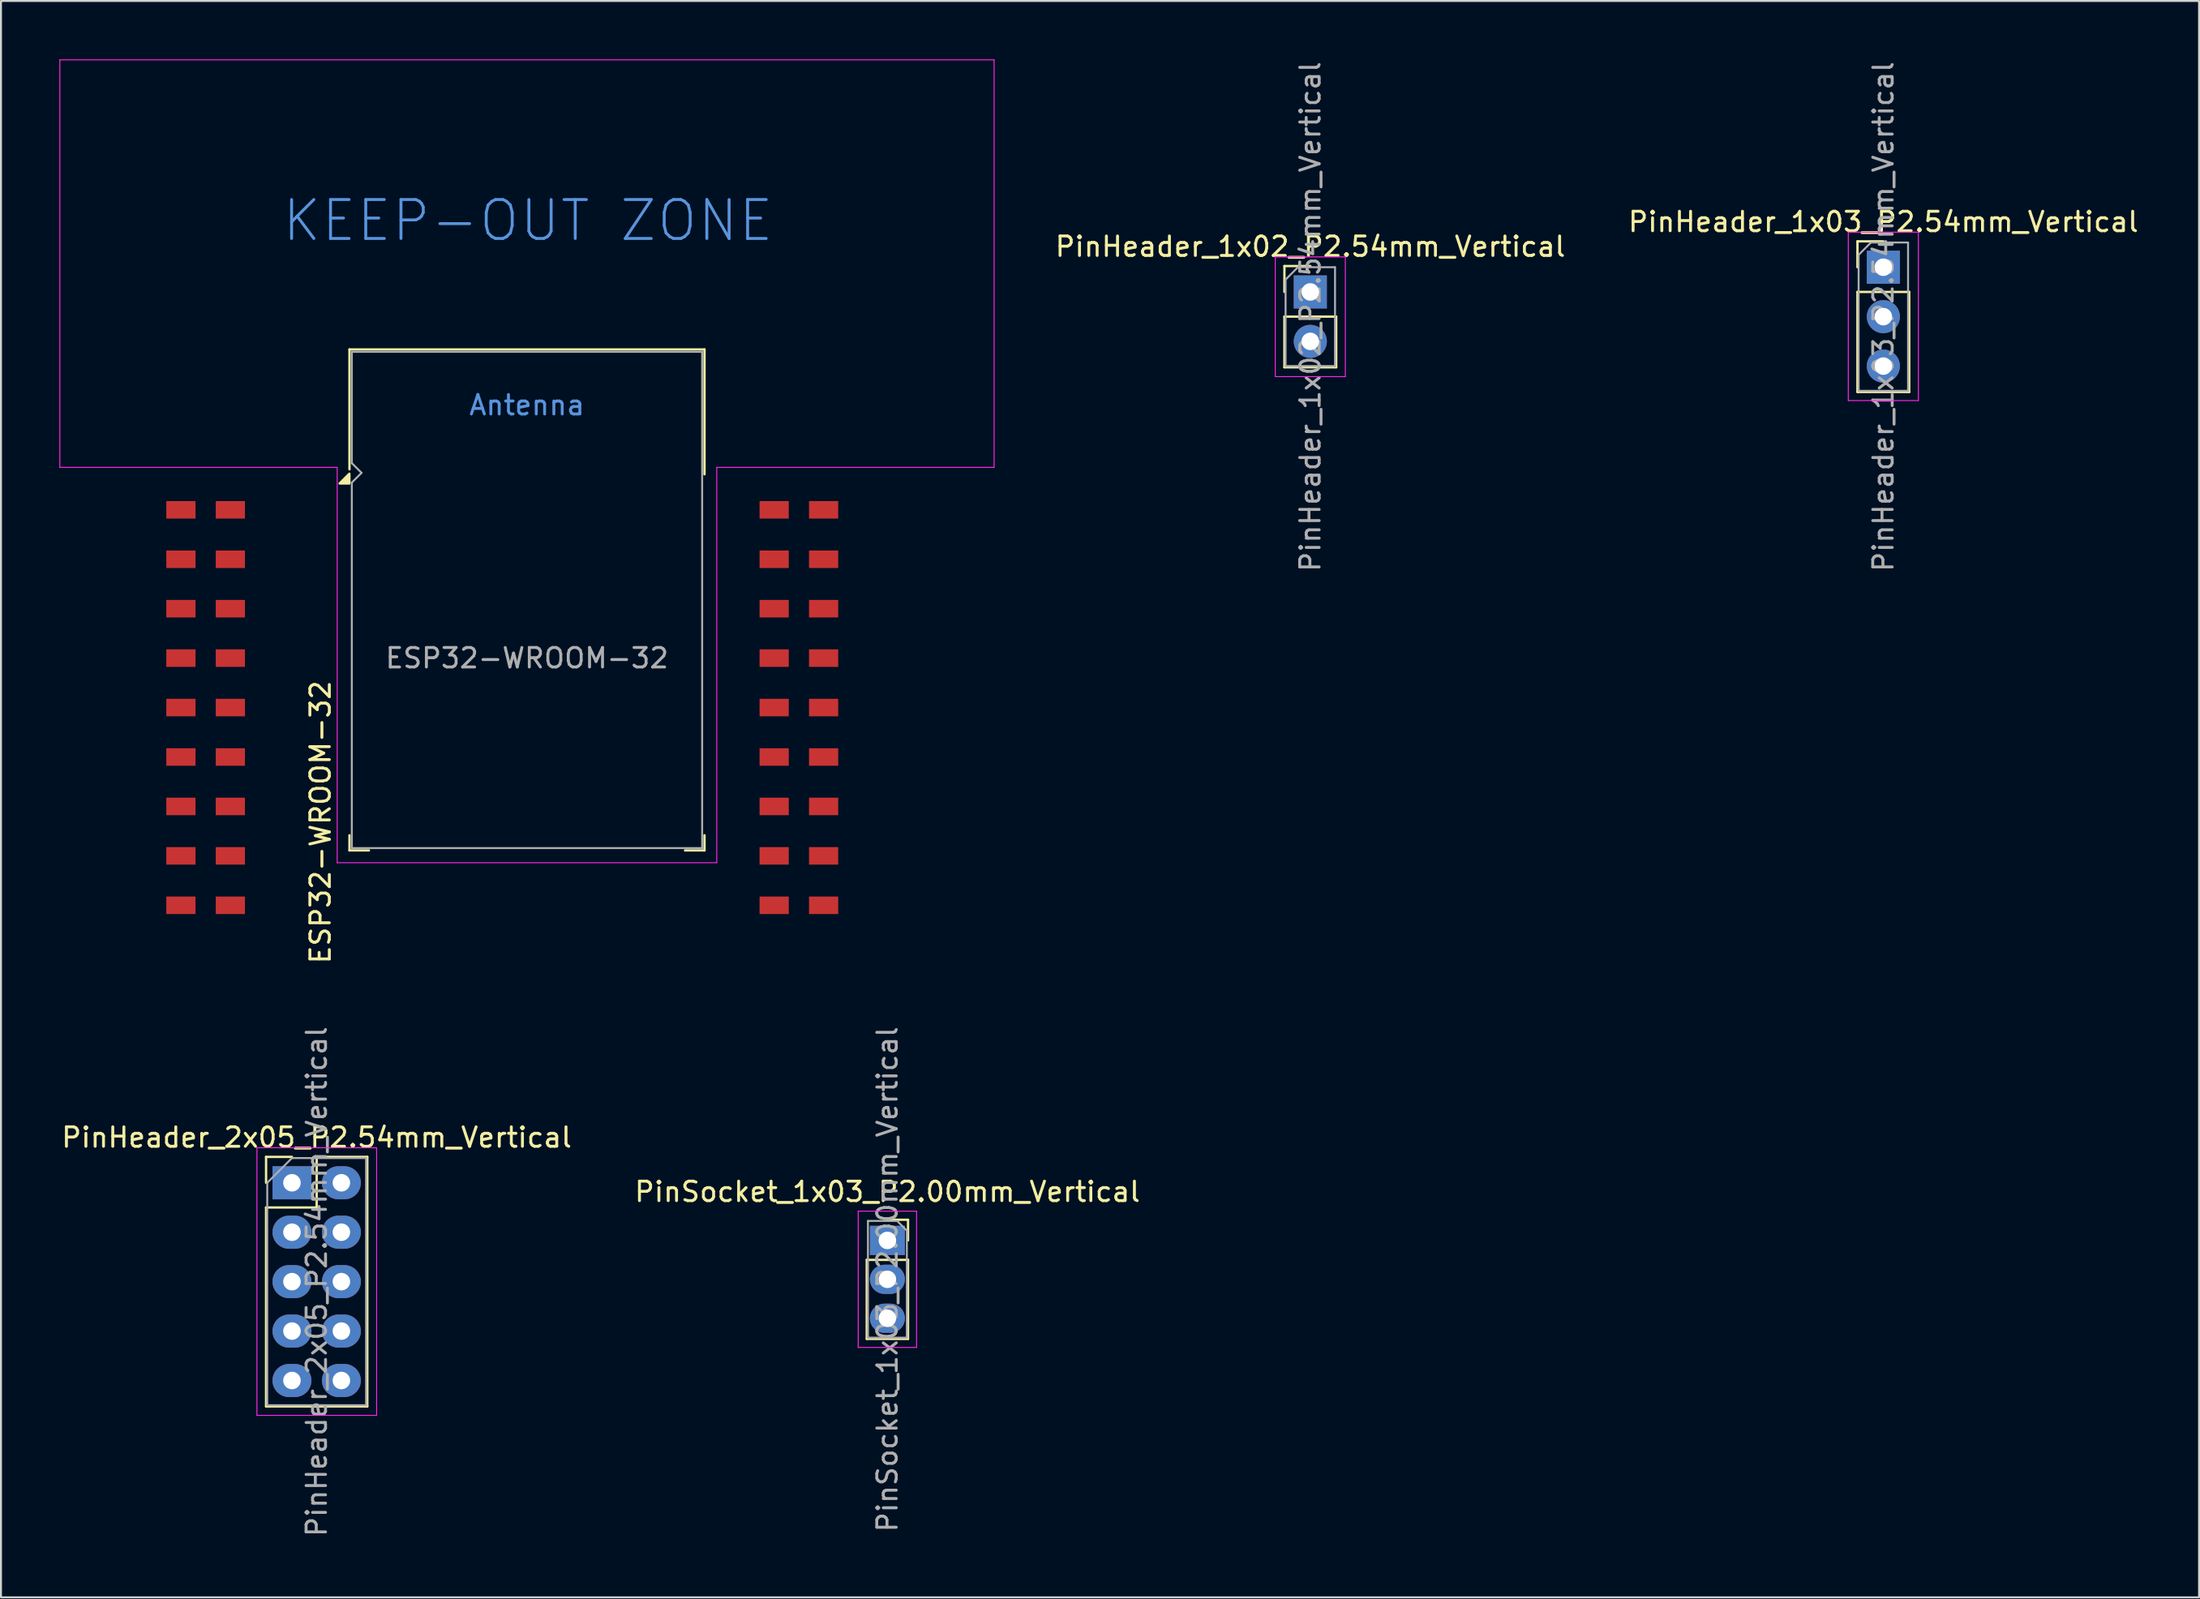
<source format=kicad_pcb>
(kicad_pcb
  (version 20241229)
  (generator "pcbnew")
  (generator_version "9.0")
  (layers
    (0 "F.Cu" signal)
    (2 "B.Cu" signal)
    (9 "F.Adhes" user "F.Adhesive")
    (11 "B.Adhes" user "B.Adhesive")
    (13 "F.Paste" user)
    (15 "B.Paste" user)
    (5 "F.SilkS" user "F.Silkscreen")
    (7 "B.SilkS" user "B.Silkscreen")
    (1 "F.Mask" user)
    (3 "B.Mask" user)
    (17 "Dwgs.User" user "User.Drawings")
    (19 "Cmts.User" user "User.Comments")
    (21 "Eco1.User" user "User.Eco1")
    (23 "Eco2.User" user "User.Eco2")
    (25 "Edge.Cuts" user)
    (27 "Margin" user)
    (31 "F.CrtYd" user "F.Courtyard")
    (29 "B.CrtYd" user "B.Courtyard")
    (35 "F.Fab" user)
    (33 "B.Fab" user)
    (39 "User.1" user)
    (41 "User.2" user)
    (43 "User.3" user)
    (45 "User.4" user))
  (footprint "PinSocket_1x03_P2.00mm_Vertical"
    (layer "F.Cu")
    (at 42.542 60.683)
    (property "Reference" "PinSocket_1x03_P2.00mm_Vertical" (at 0 -2.5 0) (layer "F.SilkS") (effects (font (size 1 1) (thickness 0.15))))
    (attr through_hole)
    (fp_line (start -1.06 1) (end -1.06 5.06) (stroke (width 0.12) (type solid)) (layer "F.SilkS"))
    (fp_line (start -1.06 1) (end 1.06 1) (stroke (width 0.12) (type solid)) (layer "F.SilkS"))
    (fp_line (start -1.06 5.06) (end 1.06 5.06) (stroke (width 0.12) (type solid)) (layer "F.SilkS"))
    (fp_line (start 0 -1.06) (end 1.06 -1.06) (stroke (width 0.12) (type solid)) (layer "F.SilkS"))
    (fp_line (start 1.06 -1.06) (end 1.06 0) (stroke (width 0.12) (type solid)) (layer "F.SilkS"))
    (fp_line (start 1.06 1) (end 1.06 5.06) (stroke (width 0.12) (type solid)) (layer "F.SilkS"))
    (fp_line (start -1.5 -1.5) (end 1.5 -1.5) (stroke (width 0.05) (type solid)) (layer "F.CrtYd"))
    (fp_line (start -1.5 5.5) (end -1.5 -1.5) (stroke (width 0.05) (type solid)) (layer "F.CrtYd"))
    (fp_line (start 1.5 -1.5) (end 1.5 5.5) (stroke (width 0.05) (type solid)) (layer "F.CrtYd"))
    (fp_line (start 1.5 5.5) (end -1.5 5.5) (stroke (width 0.05) (type solid)) (layer "F.CrtYd"))
    (fp_line (start -1 -1) (end 0.5 -1) (stroke (width 0.1) (type solid)) (layer "F.Fab"))
    (fp_line (start -1 5) (end -1 -1) (stroke (width 0.1) (type solid)) (layer "F.Fab"))
    (fp_line (start 0.5 -1) (end 1 -0.5) (stroke (width 0.1) (type solid)) (layer "F.Fab"))
    (fp_line (start 1 -0.5) (end 1 5) (stroke (width 0.1) (type solid)) (layer "F.Fab"))
    (fp_line (start 1 5) (end -1 5) (stroke (width 0.1) (type solid)) (layer "F.Fab"))
    (fp_text user "${REFERENCE}" (at 0 2 270) (layer "F.Fab") (effects (font (size 1 1) (thickness 0.15))))
    (pad "1" thru_hole rect (at 0 0) (size 1.8 1.5) (drill 0.9) (layers "*.Cu" "*.Mask"))
    (pad "2" thru_hole oval (at 0 2) (size 1.8 1.5) (drill 0.9) (layers "*.Cu" "*.Mask"))
    (pad "3" thru_hole oval (at 0 4) (size 1.8 1.5) (drill 0.9) (layers "*.Cu" "*.Mask")))
  (footprint "PinHeader_2x05_P2.54mm_Vertical"
    (layer "F.Cu")
    (at 11.95 57.722)
    (property "Reference" "PinHeader_2x05_P2.54mm_Vertical" (at 1.27 -2.33 0) (layer "F.SilkS") (effects (font (size 1 1) (thickness 0.15))))
    (attr through_hole)
    (fp_line (start -1.33 -1.33) (end 0 -1.33) (stroke (width 0.12) (type solid)) (layer "F.SilkS"))
    (fp_line (start -1.33 0) (end -1.33 -1.33) (stroke (width 0.12) (type solid)) (layer "F.SilkS"))
    (fp_line (start -1.33 1.27) (end -1.33 11.49) (stroke (width 0.12) (type solid)) (layer "F.SilkS"))
    (fp_line (start -1.33 1.27) (end 1.27 1.27) (stroke (width 0.12) (type solid)) (layer "F.SilkS"))
    (fp_line (start -1.33 11.49) (end 3.87 11.49) (stroke (width 0.12) (type solid)) (layer "F.SilkS"))
    (fp_line (start 1.27 -1.33) (end 3.87 -1.33) (stroke (width 0.12) (type solid)) (layer "F.SilkS"))
    (fp_line (start 1.27 1.27) (end 1.27 -1.33) (stroke (width 0.12) (type solid)) (layer "F.SilkS"))
    (fp_line (start 3.87 -1.33) (end 3.87 11.49) (stroke (width 0.12) (type solid)) (layer "F.SilkS"))
    (fp_line (start -1.8 -1.8) (end -1.8 11.95) (stroke (width 0.05) (type solid)) (layer "F.CrtYd"))
    (fp_line (start -1.8 11.95) (end 4.35 11.95) (stroke (width 0.05) (type solid)) (layer "F.CrtYd"))
    (fp_line (start 4.35 -1.8) (end -1.8 -1.8) (stroke (width 0.05) (type solid)) (layer "F.CrtYd"))
    (fp_line (start 4.35 11.95) (end 4.35 -1.8) (stroke (width 0.05) (type solid)) (layer "F.CrtYd"))
    (fp_line (start -1.27 0) (end 0 -1.27) (stroke (width 0.1) (type solid)) (layer "F.Fab"))
    (fp_line (start -1.27 11.43) (end -1.27 0) (stroke (width 0.1) (type solid)) (layer "F.Fab"))
    (fp_line (start 0 -1.27) (end 3.81 -1.27) (stroke (width 0.1) (type solid)) (layer "F.Fab"))
    (fp_line (start 3.81 -1.27) (end 3.81 11.43) (stroke (width 0.1) (type solid)) (layer "F.Fab"))
    (fp_line (start 3.81 11.43) (end -1.27 11.43) (stroke (width 0.1) (type solid)) (layer "F.Fab"))
    (fp_text user "${REFERENCE}" (at 1.27 5.08 90) (layer "F.Fab") (effects (font (size 1 1) (thickness 0.15))))
    (pad "1" thru_hole rect (at 0 0) (size 2 1.7) (drill 0.9) (layers "*.Cu" "*.Mask"))
    (pad "2" thru_hole oval (at 2.54 0) (size 2 1.7) (drill 0.9) (layers "*.Cu" "*.Mask"))
    (pad "3" thru_hole oval (at 0 2.54) (size 2 1.7) (drill 0.9) (layers "*.Cu" "*.Mask"))
    (pad "4" thru_hole oval (at 2.54 2.54) (size 2 1.7) (drill 0.9) (layers "*.Cu" "*.Mask"))
    (pad "5" thru_hole oval (at 0 5.08) (size 2 1.7) (drill 0.9) (layers "*.Cu" "*.Mask"))
    (pad "6" thru_hole oval (at 2.54 5.08) (size 2 1.7) (drill 0.9) (layers "*.Cu" "*.Mask"))
    (pad "7" thru_hole oval (at 0 7.62) (size 2 1.7) (drill 0.9) (layers "*.Cu" "*.Mask"))
    (pad "8" thru_hole oval (at 2.54 7.62) (size 2 1.7) (drill 0.9) (layers "*.Cu" "*.Mask"))
    (pad "9" thru_hole oval (at 0 10.16) (size 2 1.7) (drill 0.9) (layers "*.Cu" "*.Mask"))
    (pad "10" thru_hole oval (at 2.54 10.16) (size 2 1.7) (drill 0.9) (layers "*.Cu" "*.Mask")))
  (footprint "PinHeader_1x02_P2.54mm_Vertical"
    (placed yes)
    (layer "F.Cu")
    (at 64.27 11.95)
    (property "Reference" "PinHeader_1x02_P2.54mm_Vertical" (at 0 -2.33 180) (layer "F.SilkS") (effects (font (size 1 1) (thickness 0.15))))
    (attr through_hole)
    (fp_line (start -1.33 -1.33) (end 0 -1.33) (stroke (width 0.12) (type solid)) (layer "F.SilkS"))
    (fp_line (start -1.33 0) (end -1.33 -1.33) (stroke (width 0.12) (type solid)) (layer "F.SilkS"))
    (fp_line (start -1.33 1.27) (end -1.33 3.87) (stroke (width 0.12) (type solid)) (layer "F.SilkS"))
    (fp_line (start -1.33 1.27) (end 1.33 1.27) (stroke (width 0.12) (type solid)) (layer "F.SilkS"))
    (fp_line (start -1.33 3.87) (end 1.33 3.87) (stroke (width 0.12) (type solid)) (layer "F.SilkS"))
    (fp_line (start 1.33 1.27) (end 1.33 3.87) (stroke (width 0.12) (type solid)) (layer "F.SilkS"))
    (fp_line (start -1.8 -1.8) (end -1.8 4.35) (stroke (width 0.05) (type solid)) (layer "F.CrtYd"))
    (fp_line (start -1.8 4.35) (end 1.8 4.35) (stroke (width 0.05) (type solid)) (layer "F.CrtYd"))
    (fp_line (start 1.8 -1.8) (end -1.8 -1.8) (stroke (width 0.05) (type solid)) (layer "F.CrtYd"))
    (fp_line (start 1.8 4.35) (end 1.8 -1.8) (stroke (width 0.05) (type solid)) (layer "F.CrtYd"))
    (fp_line (start -1.27 -0.635) (end -0.635 -1.27) (stroke (width 0.1) (type solid)) (layer "F.Fab"))
    (fp_line (start -1.27 3.81) (end -1.27 -0.635) (stroke (width 0.1) (type solid)) (layer "F.Fab"))
    (fp_line (start -0.635 -1.27) (end 1.27 -1.27) (stroke (width 0.1) (type solid)) (layer "F.Fab"))
    (fp_line (start 1.27 -1.27) (end 1.27 3.81) (stroke (width 0.1) (type solid)) (layer "F.Fab"))
    (fp_line (start 1.27 3.81) (end -1.27 3.81) (stroke (width 0.1) (type solid)) (layer "F.Fab"))
    (fp_text user "${REFERENCE}" (at 0 1.27 270) (layer "F.Fab") (effects (font (size 1 1) (thickness 0.15))))
    (pad "1" thru_hole rect (at 0 0) (size 1.7 1.7) (drill 0.9) (layers "*.Cu" "*.Mask"))
    (pad "2" thru_hole oval (at 0 2.54) (size 1.7 1.7) (drill 0.9) (layers "*.Cu" "*.Mask")))
  (footprint "ESP32-WROOM-32"
    (layer "F.Cu")
    (at 24.025 30.765)
    (property "Reference" "ESP32-WROOM-32" (at -10.61 8.43 90) (layer "F.SilkS") (effects (font (size 1 1) (thickness 0.15))))
    (attr smd)
    (fp_line (start -9.12 -15.86) (end -9.12 -9.7) (stroke (width 0.12) (type solid)) (layer "F.SilkS"))
    (fp_line (start -9.12 -15.86) (end 9.12 -15.86) (stroke (width 0.12) (type solid)) (layer "F.SilkS"))
    (fp_line (start -9.12 9.1) (end -9.12 9.88) (stroke (width 0.12) (type solid)) (layer "F.SilkS"))
    (fp_line (start -9.12 9.88) (end -8.12 9.88) (stroke (width 0.12) (type solid)) (layer "F.SilkS"))
    (fp_line (start 9.12 -15.86) (end 9.12 -9.445) (stroke (width 0.12) (type solid)) (layer "F.SilkS"))
    (fp_line (start 9.12 9.1) (end 9.12 9.88) (stroke (width 0.12) (type solid)) (layer "F.SilkS"))
    (fp_line (start 9.12 9.88) (end 8.12 9.88) (stroke (width 0.12) (type solid)) (layer "F.SilkS"))
    (fp_poly (pts (xy -9.125 -8.975) (xy -9.625 -8.975) (xy -9.125 -9.475) (xy -9.125 -8.975)) (stroke (width 0.12) (type solid)) (fill yes) (layer "F.SilkS"))
    (fp_line (start -24 -30.74) (end -24 -9.8) (stroke (width 0.05) (type solid)) (layer "F.CrtYd"))
    (fp_line (start -24 -9.8) (end -9.75 -9.8) (stroke (width 0.05) (type solid)) (layer "F.CrtYd"))
    (fp_line (start -9.75 10.51) (end -9.75 -9.8) (stroke (width 0.05) (type solid)) (layer "F.CrtYd"))
    (fp_line (start -9.75 10.51) (end 9.75 10.51) (stroke (width 0.05) (type solid)) (layer "F.CrtYd"))
    (fp_line (start 9.75 -9.8) (end 9.75 10.51) (stroke (width 0.05) (type solid)) (layer "F.CrtYd"))
    (fp_line (start 9.75 -9.8) (end 24 -9.8) (stroke (width 0.05) (type solid)) (layer "F.CrtYd"))
    (fp_line (start 24 -30.74) (end -24 -30.74) (stroke (width 0.05) (type solid)) (layer "F.CrtYd"))
    (fp_line (start 24 -9.8) (end 24 -30.74) (stroke (width 0.05) (type solid)) (layer "F.CrtYd"))
    (fp_line (start -9 -15.74) (end -9 -10.02) (stroke (width 0.1) (type solid)) (layer "F.Fab"))
    (fp_line (start -9 -15.74) (end 9 -15.74) (stroke (width 0.1) (type solid)) (layer "F.Fab"))
    (fp_line (start -9 -9.02) (end -9 9.76) (stroke (width 0.1) (type solid)) (layer "F.Fab"))
    (fp_line (start -9 -9.02) (end -8.5 -9.52) (stroke (width 0.1) (type solid)) (layer "F.Fab"))
    (fp_line (start -9 9.76) (end 9 9.76) (stroke (width 0.1) (type solid)) (layer "F.Fab"))
    (fp_line (start -8.5 -9.52) (end -9 -10.02) (stroke (width 0.1) (type solid)) (layer "F.Fab"))
    (fp_line (start 9 9.76) (end 9 -15.74) (stroke (width 0.1) (type solid)) (layer "F.Fab"))
    (fp_text user "Antenna" (at 0 -13 0) (layer "Cmts.User") (effects (font (size 1 1) (thickness 0.15))))
    (fp_text user "KEEP-OUT ZONE" (at 0.05 -22.48 0) (layer "Cmts.User") (effects (font (size 2 2) (thickness 0.15))))
    (fp_text user "${REFERENCE}" (at 0 0 0) (layer "F.Fab") (effects (font (size 1 1) (thickness 0.15))))
    (pad "1" smd rect (at 12.7 -7.62) (size 1.5 0.9) (layers "F.Cu" "F.Mask" "F.Paste"))
    (pad "2" smd rect (at 15.24 -7.62) (size 1.5 0.9) (layers "F.Cu" "F.Mask" "F.Paste"))
    (pad "3" smd rect (at 12.7 -5.08) (size 1.5 0.9) (layers "F.Cu" "F.Mask" "F.Paste"))
    (pad "4" smd rect (at -15.24 -7.62) (size 1.5 0.9) (layers "F.Cu" "F.Mask" "F.Paste"))
    (pad "5" smd rect (at -17.78 -7.62) (size 1.5 0.9) (layers "F.Cu" "F.Mask" "F.Paste"))
    (pad "6" smd rect (at -15.24 -5.08) (size 1.5 0.9) (layers "F.Cu" "F.Mask" "F.Paste"))
    (pad "7" smd rect (at -17.78 -5.08) (size 1.5 0.9) (layers "F.Cu" "F.Mask" "F.Paste"))
    (pad "8" smd rect (at -15.24 -2.54) (size 1.5 0.9) (layers "F.Cu" "F.Mask" "F.Paste"))
    (pad "9" smd rect (at -17.78 -2.54) (size 1.5 0.9) (layers "F.Cu" "F.Mask" "F.Paste"))
    (pad "10" smd rect (at -15.24 0) (size 1.5 0.9) (layers "F.Cu" "F.Mask" "F.Paste"))
    (pad "11" smd rect (at -17.78 0) (size 1.5 0.9) (layers "F.Cu" "F.Mask" "F.Paste"))
    (pad "12" smd rect (at -15.24 2.54) (size 1.5 0.9) (layers "F.Cu" "F.Mask" "F.Paste"))
    (pad "13" smd rect (at -17.78 2.54) (size 1.5 0.9) (layers "F.Cu" "F.Mask" "F.Paste"))
    (pad "14" smd rect (at -15.24 5.08) (size 1.5 0.9) (layers "F.Cu" "F.Mask" "F.Paste"))
    (pad "16" smd rect (at -17.78 5.08 180) (size 1.5 0.9) (layers "F.Cu" "F.Mask" "F.Paste"))
    (pad "17" smd rect (at -15.24 7.62 180) (size 1.5 0.9) (layers "F.Cu" "F.Mask" "F.Paste"))
    (pad "18" smd rect (at -17.78 7.62 180) (size 1.5 0.9) (layers "F.Cu" "F.Mask" "F.Paste"))
    (pad "19" smd rect (at -15.24 10.16 180) (size 1.5 0.9) (layers "F.Cu" "F.Mask" "F.Paste"))
    (pad "20" smd rect (at -17.78 10.16 180) (size 1.5 0.9) (layers "F.Cu" "F.Mask" "F.Paste"))
    (pad "21" smd rect (at -15.24 12.7 180) (size 1.5 0.9) (layers "F.Cu" "F.Mask" "F.Paste"))
    (pad "22" smd rect (at -17.78 12.7 180) (size 1.5 0.9) (layers "F.Cu" "F.Mask" "F.Paste"))
    (pad "23" smd rect (at 12.7 12.7 180) (size 1.5 0.9) (layers "F.Cu" "F.Mask" "F.Paste"))
    (pad "24" smd rect (at 15.24 12.7 180) (size 1.5 0.9) (layers "F.Cu" "F.Mask" "F.Paste"))
    (pad "25" smd rect (at 12.7 10.16) (size 1.5 0.9) (layers "F.Cu" "F.Mask" "F.Paste"))
    (pad "26" smd rect (at 15.24 10.16) (size 1.5 0.9) (layers "F.Cu" "F.Mask" "F.Paste"))
    (pad "27" smd rect (at 12.7 7.62) (size 1.5 0.9) (layers "F.Cu" "F.Mask" "F.Paste"))
    (pad "28" smd rect (at 15.24 7.62) (size 1.5 0.9) (layers "F.Cu" "F.Mask" "F.Paste"))
    (pad "29" smd rect (at 12.7 5.08) (size 1.5 0.9) (layers "F.Cu" "F.Mask" "F.Paste"))
    (pad "30" smd rect (at 15.24 5.08) (size 1.5 0.9) (layers "F.Cu" "F.Mask" "F.Paste"))
    (pad "31" smd rect (at 12.7 2.54) (size 1.5 0.9) (layers "F.Cu" "F.Mask" "F.Paste"))
    (pad "33" smd rect (at 15.24 2.54) (size 1.5 0.9) (layers "F.Cu" "F.Mask" "F.Paste"))
    (pad "34" smd rect (at 15.24 -2.54) (size 1.5 0.9) (layers "F.Cu" "F.Mask" "F.Paste"))
    (pad "35" smd rect (at 15.24 -5.08) (size 1.5 0.9) (layers "F.Cu" "F.Mask" "F.Paste"))
    (pad "36" smd rect (at 12.7 0) (size 1.5 0.9) (layers "F.Cu" "F.Mask" "F.Paste"))
    (pad "37" smd rect (at 12.7 -2.54) (size 1.5 0.9) (layers "F.Cu" "F.Mask" "F.Paste"))
    (pad "38" smd rect (at 15.24 0) (size 1.5 0.9) (layers "F.Cu" "F.Mask" "F.Paste"))
    (zone (net_name "") (layers "F.Cu" "B.Cu") (hatch full 0.508) (connect_pads) (min_thickness 0.254) (filled_areas_thickness no) (keepout (tracks not_allowed) (vias not_allowed) (pads not_allowed) (copperpour not_allowed) (footprints not_allowed)) (placement (enabled no)) (fill) (polygon (pts (xy 0.025 20.965) (xy 48.025 20.965) (xy 48.025 0.025) (xy 0.025 0.025)))))
  (footprint "PinHeader_1x03_P2.54mm_Vertical"
    (layer "F.Cu")
    (at 93.711 10.68)
    (property "Reference" "PinHeader_1x03_P2.54mm_Vertical" (at 0 -2.33 0) (layer "F.SilkS") (effects (font (size 1 1) (thickness 0.15))))
    (attr through_hole)
    (fp_line (start -1.33 -1.33) (end 0 -1.33) (stroke (width 0.12) (type solid)) (layer "F.SilkS"))
    (fp_line (start -1.33 0) (end -1.33 -1.33) (stroke (width 0.12) (type solid)) (layer "F.SilkS"))
    (fp_line (start -1.33 1.27) (end -1.33 6.41) (stroke (width 0.12) (type solid)) (layer "F.SilkS"))
    (fp_line (start -1.33 1.27) (end 1.33 1.27) (stroke (width 0.12) (type solid)) (layer "F.SilkS"))
    (fp_line (start -1.33 6.41) (end 1.33 6.41) (stroke (width 0.12) (type solid)) (layer "F.SilkS"))
    (fp_line (start 1.33 1.27) (end 1.33 6.41) (stroke (width 0.12) (type solid)) (layer "F.SilkS"))
    (fp_line (start -1.8 -1.8) (end -1.8 6.85) (stroke (width 0.05) (type solid)) (layer "F.CrtYd"))
    (fp_line (start -1.8 6.85) (end 1.8 6.85) (stroke (width 0.05) (type solid)) (layer "F.CrtYd"))
    (fp_line (start 1.8 -1.8) (end -1.8 -1.8) (stroke (width 0.05) (type solid)) (layer "F.CrtYd"))
    (fp_line (start 1.8 6.85) (end 1.8 -1.8) (stroke (width 0.05) (type solid)) (layer "F.CrtYd"))
    (fp_line (start -1.27 -0.635) (end -0.635 -1.27) (stroke (width 0.1) (type solid)) (layer "F.Fab"))
    (fp_line (start -1.27 6.35) (end -1.27 -0.635) (stroke (width 0.1) (type solid)) (layer "F.Fab"))
    (fp_line (start -0.635 -1.27) (end 1.27 -1.27) (stroke (width 0.1) (type solid)) (layer "F.Fab"))
    (fp_line (start 1.27 -1.27) (end 1.27 6.35) (stroke (width 0.1) (type solid)) (layer "F.Fab"))
    (fp_line (start 1.27 6.35) (end -1.27 6.35) (stroke (width 0.1) (type solid)) (layer "F.Fab"))
    (fp_text user "${REFERENCE}" (at 0 2.54 90) (layer "F.Fab") (effects (font (size 1 1) (thickness 0.15))))
    (pad "1" thru_hole rect (at 0 0) (size 1.7 1.7) (drill 0.9) (layers "*.Cu" "*.Mask"))
    (pad "2" thru_hole oval (at 0 2.54) (size 1.7 1.7) (drill 0.9) (layers "*.Cu" "*.Mask"))
    (pad "3" thru_hole oval (at 0 5.08) (size 1.7 1.7) (drill 0.9) (layers "*.Cu" "*.Mask")))
  (gr_rect
    (start -3 -3)
    (end 109.931 79.022)
    (stroke (width 0.1) (type default))
    (fill no)
    (layer "Edge.Cuts")))
</source>
